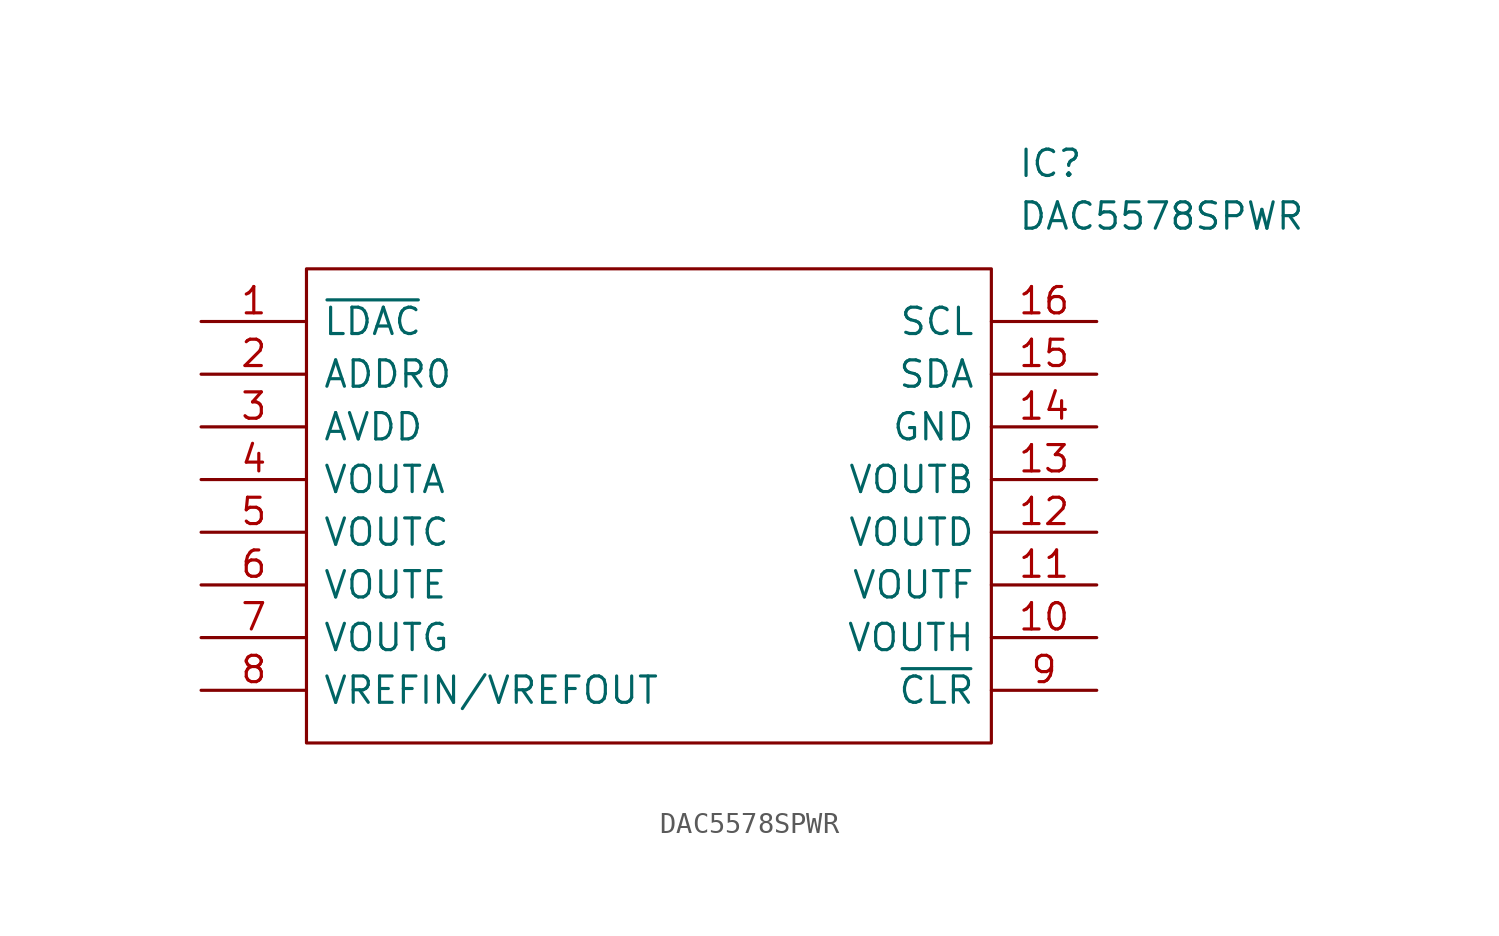
<source format=kicad_sym>
(kicad_symbol_lib
  (version 20211014)
  (generator kicad_symbol_editor)
  (symbol "DAC5578SPWR"
    (pin_names
      (offset 0.762))
    (property "Reference" "IC"
      (at 39.37 7.62 0)
      (effects (font (size 1.27 1.27)) (justify left)))
    (property "Value" "DAC5578SPWR"
      (at 39.37 5.08 0)
      (effects (font (size 1.27 1.27)) (justify left)))
    (symbol "DAC5578SPWR_0_0"
      (pin passive line (at 0 0 0) (length 5.08) (name "~{LDAC}" (effects (font (size 1.27 1.27)))) (number "1" (effects (font (size 1.27 1.27)))))
      (pin passive line (at 43.18 -15.24 180) (length 5.08) (name "VOUTH" (effects (font (size 1.27 1.27)))) (number "10" (effects (font (size 1.27 1.27)))))
      (pin passive line (at 43.18 -12.7 180) (length 5.08) (name "VOUTF" (effects (font (size 1.27 1.27)))) (number "11" (effects (font (size 1.27 1.27)))))
      (pin passive line (at 43.18 -10.16 180) (length 5.08) (name "VOUTD" (effects (font (size 1.27 1.27)))) (number "12" (effects (font (size 1.27 1.27)))))
      (pin passive line (at 43.18 -7.62 180) (length 5.08) (name "VOUTB" (effects (font (size 1.27 1.27)))) (number "13" (effects (font (size 1.27 1.27)))))
      (pin passive line (at 43.18 -5.08 180) (length 5.08) (name "GND" (effects (font (size 1.27 1.27)))) (number "14" (effects (font (size 1.27 1.27)))))
      (pin passive line (at 43.18 -2.54 180) (length 5.08) (name "SDA" (effects (font (size 1.27 1.27)))) (number "15" (effects (font (size 1.27 1.27)))))
      (pin passive line (at 43.18 0 180) (length 5.08) (name "SCL" (effects (font (size 1.27 1.27)))) (number "16" (effects (font (size 1.27 1.27)))))
      (pin passive line (at 0 -2.54 0) (length 5.08) (name "ADDR0" (effects (font (size 1.27 1.27)))) (number "2" (effects (font (size 1.27 1.27)))))
      (pin passive line (at 0 -5.08 0) (length 5.08) (name "AVDD" (effects (font (size 1.27 1.27)))) (number "3" (effects (font (size 1.27 1.27)))))
      (pin passive line (at 0 -7.62 0) (length 5.08) (name "VOUTA" (effects (font (size 1.27 1.27)))) (number "4" (effects (font (size 1.27 1.27)))))
      (pin passive line (at 0 -10.16 0) (length 5.08) (name "VOUTC" (effects (font (size 1.27 1.27)))) (number "5" (effects (font (size 1.27 1.27)))))
      (pin passive line (at 0 -12.7 0) (length 5.08) (name "VOUTE" (effects (font (size 1.27 1.27)))) (number "6" (effects (font (size 1.27 1.27)))))
      (pin passive line (at 0 -15.24 0) (length 5.08) (name "VOUTG" (effects (font (size 1.27 1.27)))) (number "7" (effects (font (size 1.27 1.27)))))
      (pin passive line (at 0 -17.78 0) (length 5.08) (name "VREFIN/VREFOUT" (effects (font (size 1.27 1.27)))) (number "8" (effects (font (size 1.27 1.27)))))
      (pin passive line (at 43.18 -17.78 180) (length 5.08) (name "~{CLR}" (effects (font (size 1.27 1.27)))) (number "9" (effects (font (size 1.27 1.27))))))
    (symbol "DAC5578SPWR_0_1"
      (polyline (pts (xy 5.08 2.54) (xy 38.1 2.54) (xy 38.1 -20.32) (xy 5.08 -20.32) (xy 5.08 2.54)) (stroke (width 0.152) (type default) (color 0 0 0 0)) (fill (type none))))))
</source>
